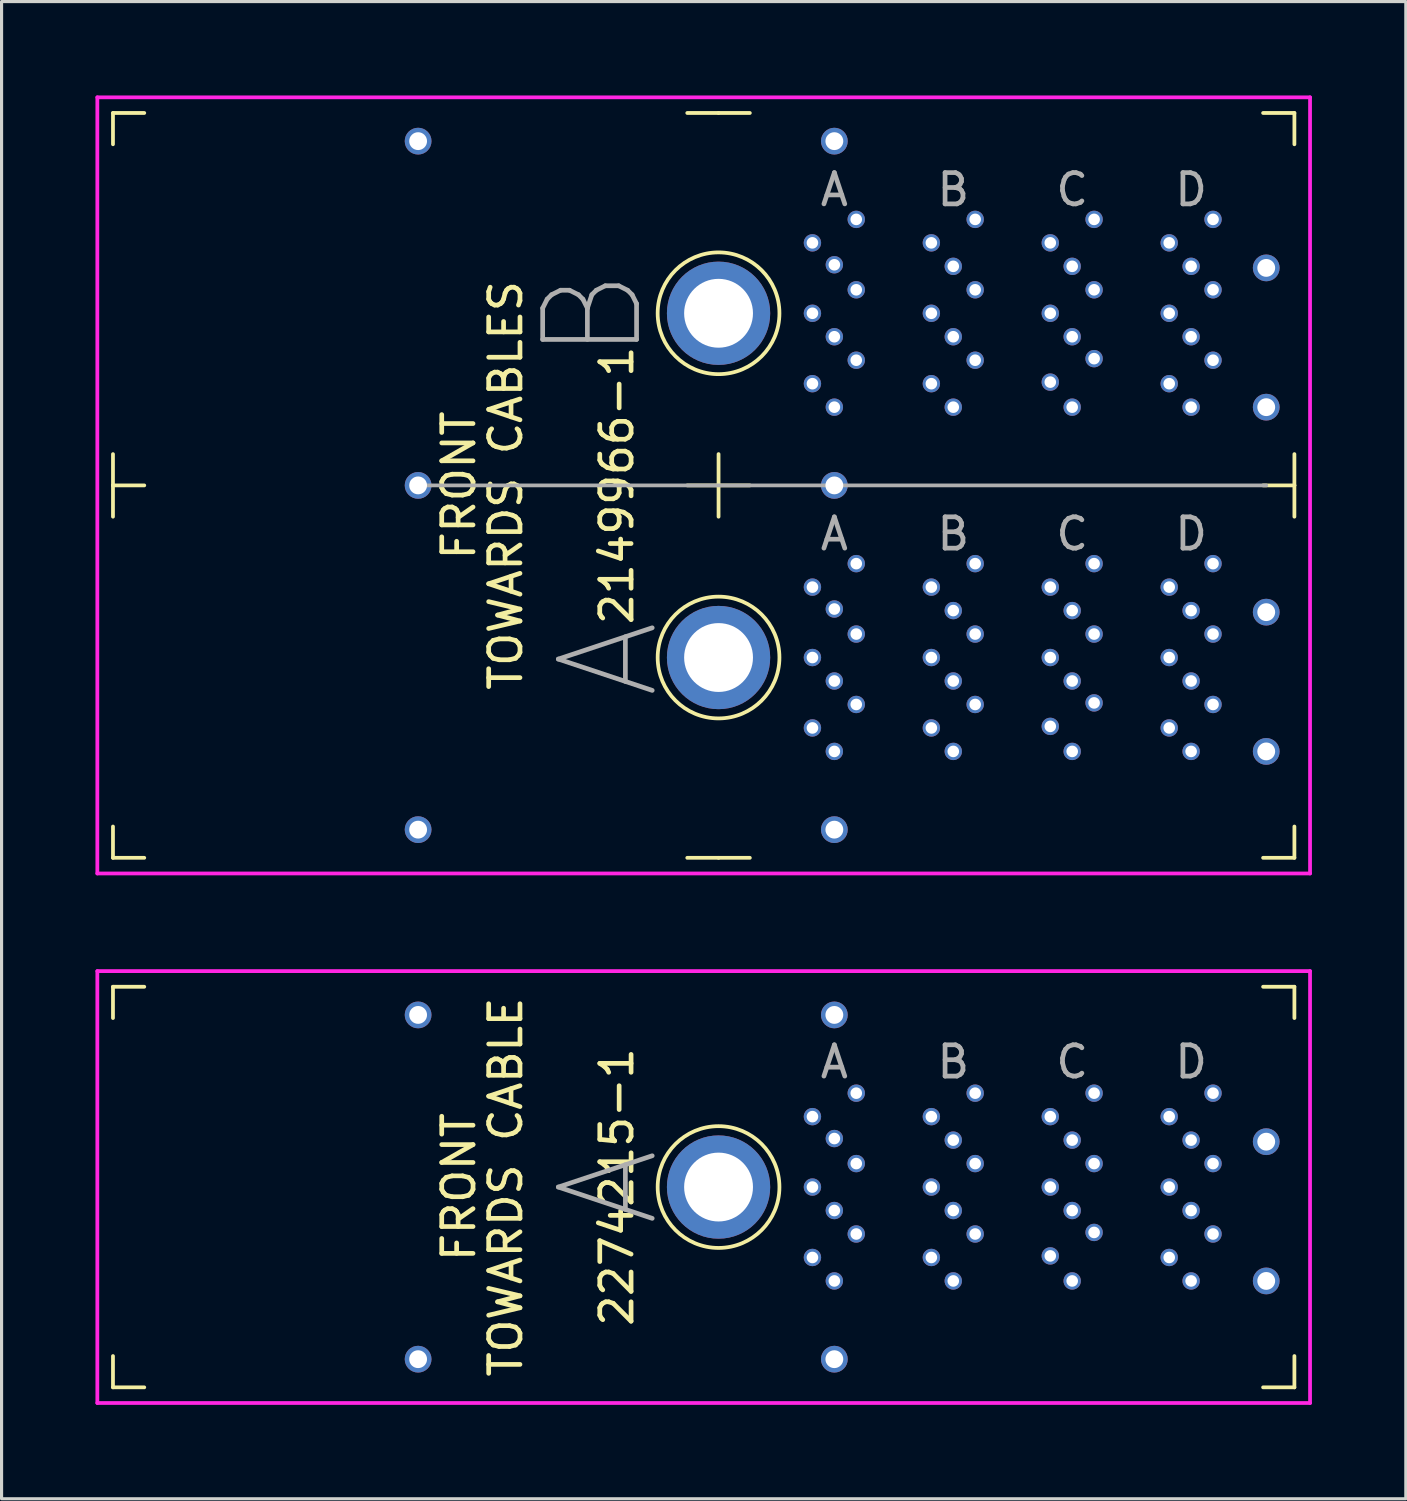
<source format=kicad_pcb>
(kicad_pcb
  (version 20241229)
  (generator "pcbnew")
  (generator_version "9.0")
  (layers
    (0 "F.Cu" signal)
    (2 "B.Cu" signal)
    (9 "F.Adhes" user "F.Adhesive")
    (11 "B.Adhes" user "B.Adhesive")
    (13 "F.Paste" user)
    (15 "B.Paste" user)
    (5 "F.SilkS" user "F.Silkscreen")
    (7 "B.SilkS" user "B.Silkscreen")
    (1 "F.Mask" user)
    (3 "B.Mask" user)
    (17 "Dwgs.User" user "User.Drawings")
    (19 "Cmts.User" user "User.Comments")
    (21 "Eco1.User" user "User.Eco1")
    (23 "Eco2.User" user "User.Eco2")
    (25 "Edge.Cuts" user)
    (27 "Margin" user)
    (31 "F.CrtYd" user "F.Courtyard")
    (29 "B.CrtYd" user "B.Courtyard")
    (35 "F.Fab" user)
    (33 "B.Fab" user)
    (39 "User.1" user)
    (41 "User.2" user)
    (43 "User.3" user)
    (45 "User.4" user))
  (footprint "2149966-1"
    (layer "F.Cu")
    (at 19.91 12.46)
    (property "Reference" "2149966-1" (at -3.25 0 90) (layer "F.SilkS") (effects (font (size 1 1) (thickness 0.15))))
    (attr through_hole)
    (fp_line (start -19.35 -11.9) (end -19.35 -10.9) (stroke (width 0.12) (type solid)) (layer "F.SilkS"))
    (fp_line (start -19.35 -11.9) (end -18.35 -11.9) (stroke (width 0.12) (type solid)) (layer "F.SilkS"))
    (fp_line (start -19.35 0) (end -19.35 -1) (stroke (width 0.12) (type solid)) (layer "F.SilkS"))
    (fp_line (start -19.35 0) (end -19.35 1) (stroke (width 0.12) (type solid)) (layer "F.SilkS"))
    (fp_line (start -19.35 0) (end -18.35 0) (stroke (width 0.12) (type solid)) (layer "F.SilkS"))
    (fp_line (start -19.35 11.9) (end -19.35 10.9) (stroke (width 0.12) (type solid)) (layer "F.SilkS"))
    (fp_line (start -19.35 11.9) (end -18.35 11.9) (stroke (width 0.12) (type solid)) (layer "F.SilkS"))
    (fp_line (start 0 -11.9) (end -1 -11.9) (stroke (width 0.12) (type solid)) (layer "F.SilkS"))
    (fp_line (start 0 -11.9) (end 1 -11.9) (stroke (width 0.12) (type solid)) (layer "F.SilkS"))
    (fp_line (start 0 0) (end -1 0) (stroke (width 0.12) (type solid)) (layer "F.SilkS"))
    (fp_line (start 0 0) (end 0 -1) (stroke (width 0.12) (type solid)) (layer "F.SilkS"))
    (fp_line (start 0 0) (end 0 1) (stroke (width 0.12) (type solid)) (layer "F.SilkS"))
    (fp_line (start 0 0) (end 1 0) (stroke (width 0.12) (type solid)) (layer "F.SilkS"))
    (fp_line (start 0 11.9) (end -1 11.9) (stroke (width 0.12) (type solid)) (layer "F.SilkS"))
    (fp_line (start 0 11.9) (end 1 11.9) (stroke (width 0.12) (type solid)) (layer "F.SilkS"))
    (fp_line (start 18.4 -11.9) (end 17.4 -11.9) (stroke (width 0.12) (type solid)) (layer "F.SilkS"))
    (fp_line (start 18.4 -11.9) (end 18.4 -10.9) (stroke (width 0.12) (type solid)) (layer "F.SilkS"))
    (fp_line (start 18.4 0) (end 17.4 0) (stroke (width 0.12) (type solid)) (layer "F.SilkS"))
    (fp_line (start 18.4 0) (end 18.4 -1) (stroke (width 0.12) (type solid)) (layer "F.SilkS"))
    (fp_line (start 18.4 0) (end 18.4 1) (stroke (width 0.12) (type solid)) (layer "F.SilkS"))
    (fp_line (start 18.4 11.9) (end 17.4 11.9) (stroke (width 0.12) (type solid)) (layer "F.SilkS"))
    (fp_line (start 18.4 11.9) (end 18.4 10.9) (stroke (width 0.12) (type solid)) (layer "F.SilkS"))
    (fp_circle (center 0 -5.5) (end 1.75 -6.35) (stroke (width 0.12) (type solid)) (fill no) (layer "F.SilkS"))
    (fp_circle (center 0 5.5) (end 1.75 4.65) (stroke (width 0.12) (type solid)) (fill no) (layer "F.SilkS"))
    (fp_line (start -19.85 -12.4) (end -19.85 12.4) (stroke (width 0.12) (type solid)) (layer "F.CrtYd"))
    (fp_line (start -19.85 12.4) (end 18.9 12.4) (stroke (width 0.12) (type solid)) (layer "F.CrtYd"))
    (fp_line (start 18.9 -12.4) (end -19.85 -12.4) (stroke (width 0.12) (type solid)) (layer "F.CrtYd"))
    (fp_line (start 18.9 12.4) (end 18.9 -12.4) (stroke (width 0.12) (type solid)) (layer "F.CrtYd"))
    (fp_line (start 17.5 0) (end -9.6 0) (stroke (width 0.12) (type solid)) (layer "F.Fab"))
    (fp_text user "TOWARDS CABLES" (at -6.8 0 90) (layer "F.SilkS") (effects (font (size 1 1) (thickness 0.15))))
    (fp_text user "FRONT" (at -8.3 0 90) (layer "F.SilkS") (effects (font (size 1 1) (thickness 0.15))))
    (fp_text user "A" (at 3.7 1.55 0) (layer "F.Fab") (effects (font (size 1 1) (thickness 0.15))))
    (fp_text user "B" (at 7.5 1.55 0) (layer "F.Fab") (effects (font (size 1 1) (thickness 0.15))))
    (fp_text user "B" (at -4 -5.45 90) (layer "F.Fab") (effects (font (size 3 3) (thickness 0.15))))
    (fp_text user "B" (at 7.5 -9.45 0) (layer "F.Fab") (effects (font (size 1 1) (thickness 0.15))))
    (fp_text user "D" (at 15.1 -9.45 0) (layer "F.Fab") (effects (font (size 1 1) (thickness 0.15))))
    (fp_text user "C" (at 11.3 1.55 0) (layer "F.Fab") (effects (font (size 1 1) (thickness 0.15))))
    (fp_text user "C" (at 11.3 -9.45 0) (layer "F.Fab") (effects (font (size 1 1) (thickness 0.15))))
    (fp_text user "A" (at 3.7 -9.45 0) (layer "F.Fab") (effects (font (size 1 1) (thickness 0.15))))
    (fp_text user "A" (at -3.5 5.55 90) (layer "F.Fab") (effects (font (size 3 3) (thickness 0.15))))
    (fp_text user "D" (at 15.1 1.55 0) (layer "F.Fab") (effects (font (size 1 1) (thickness 0.15))))
    (pad "A1-A" thru_hole circle (at 4.4 2.5) (size 0.555 0.555) (drill 0.37) (layers "*.Cu" "*.Mask"))
    (pad "A1-B" thru_hole circle (at 4.4 -8.5) (size 0.555 0.555) (drill 0.37) (layers "*.Cu" "*.Mask"))
    (pad "A2-A" thru_hole circle (at 3 3.25) (size 0.555 0.555) (drill 0.37) (layers "*.Cu" "*.Mask"))
    (pad "A2-B" thru_hole circle (at 3 -7.75) (size 0.555 0.555) (drill 0.37) (layers "*.Cu" "*.Mask"))
    (pad "A3-A" thru_hole circle (at 3.7 3.95) (size 0.555 0.555) (drill 0.37) (layers "*.Cu" "*.Mask"))
    (pad "A3-B" thru_hole circle (at 3.7 -7.05) (size 0.555 0.555) (drill 0.37) (layers "*.Cu" "*.Mask"))
    (pad "A4-A" thru_hole circle (at 4.4 4.75) (size 0.555 0.555) (drill 0.37) (layers "*.Cu" "*.Mask"))
    (pad "A4-B" thru_hole circle (at 4.4 -6.25) (size 0.555 0.555) (drill 0.37) (layers "*.Cu" "*.Mask"))
    (pad "A5-A" thru_hole circle (at 3 5.5) (size 0.555 0.555) (drill 0.37) (layers "*.Cu" "*.Mask"))
    (pad "A5-B" thru_hole circle (at 3 -5.5) (size 0.555 0.555) (drill 0.37) (layers "*.Cu" "*.Mask"))
    (pad "A6-A" thru_hole circle (at 3.7 6.25) (size 0.555 0.555) (drill 0.37) (layers "*.Cu" "*.Mask"))
    (pad "A6-B" thru_hole circle (at 3.7 -4.75) (size 0.555 0.555) (drill 0.37) (layers "*.Cu" "*.Mask"))
    (pad "A7-A" thru_hole circle (at 4.4 7) (size 0.555 0.555) (drill 0.37) (layers "*.Cu" "*.Mask"))
    (pad "A7-B" thru_hole circle (at 4.4 -4) (size 0.555 0.555) (drill 0.37) (layers "*.Cu" "*.Mask"))
    (pad "A8-A" thru_hole circle (at 3 7.75) (size 0.555 0.555) (drill 0.37) (layers "*.Cu" "*.Mask"))
    (pad "A8-B" thru_hole circle (at 3 -3.25) (size 0.555 0.555) (drill 0.37) (layers "*.Cu" "*.Mask"))
    (pad "A9-A" thru_hole circle (at 3.7 8.5) (size 0.555 0.555) (drill 0.37) (layers "*.Cu" "*.Mask"))
    (pad "A9-B" thru_hole circle (at 3.7 -2.5) (size 0.555 0.555) (drill 0.37) (layers "*.Cu" "*.Mask"))
    (pad "B1-A" thru_hole circle (at 8.2 2.5) (size 0.555 0.555) (drill 0.37) (layers "*.Cu" "*.Mask"))
    (pad "B1-B" thru_hole circle (at 8.2 -8.5) (size 0.555 0.555) (drill 0.37) (layers "*.Cu" "*.Mask"))
    (pad "B2-A" thru_hole circle (at 6.8 3.25) (size 0.555 0.555) (drill 0.37) (layers "*.Cu" "*.Mask"))
    (pad "B2-B" thru_hole circle (at 6.8 -7.75) (size 0.555 0.555) (drill 0.37) (layers "*.Cu" "*.Mask"))
    (pad "B3-A" thru_hole circle (at 7.5 4) (size 0.555 0.555) (drill 0.37) (layers "*.Cu" "*.Mask"))
    (pad "B3-B" thru_hole circle (at 7.5 -7) (size 0.555 0.555) (drill 0.37) (layers "*.Cu" "*.Mask"))
    (pad "B4-A" thru_hole circle (at 8.2 4.75) (size 0.555 0.555) (drill 0.37) (layers "*.Cu" "*.Mask"))
    (pad "B4-B" thru_hole circle (at 8.2 -6.25) (size 0.555 0.555) (drill 0.37) (layers "*.Cu" "*.Mask"))
    (pad "B5-A" thru_hole circle (at 6.8 5.5) (size 0.555 0.555) (drill 0.37) (layers "*.Cu" "*.Mask"))
    (pad "B5-B" thru_hole circle (at 6.8 -5.5) (size 0.555 0.555) (drill 0.37) (layers "*.Cu" "*.Mask"))
    (pad "B6-A" thru_hole circle (at 7.5 6.25) (size 0.555 0.555) (drill 0.37) (layers "*.Cu" "*.Mask"))
    (pad "B6-B" thru_hole circle (at 7.5 -4.75) (size 0.555 0.555) (drill 0.37) (layers "*.Cu" "*.Mask"))
    (pad "B7-A" thru_hole circle (at 8.2 7) (size 0.555 0.555) (drill 0.37) (layers "*.Cu" "*.Mask"))
    (pad "B7-B" thru_hole circle (at 8.2 -4) (size 0.555 0.555) (drill 0.37) (layers "*.Cu" "*.Mask"))
    (pad "B8-A" thru_hole circle (at 6.8 7.75) (size 0.555 0.555) (drill 0.37) (layers "*.Cu" "*.Mask"))
    (pad "B8-B" thru_hole circle (at 6.8 -3.25) (size 0.555 0.555) (drill 0.37) (layers "*.Cu" "*.Mask"))
    (pad "B9-A" thru_hole circle (at 7.5 8.5) (size 0.555 0.555) (drill 0.37) (layers "*.Cu" "*.Mask"))
    (pad "B9-B" thru_hole circle (at 7.5 -2.5) (size 0.555 0.555) (drill 0.37) (layers "*.Cu" "*.Mask"))
    (pad "C1-A" thru_hole circle (at 12 2.5) (size 0.555 0.555) (drill 0.37) (layers "*.Cu" "*.Mask"))
    (pad "C1-B" thru_hole circle (at 12 -8.5) (size 0.555 0.555) (drill 0.37) (layers "*.Cu" "*.Mask"))
    (pad "C2-A" thru_hole circle (at 10.6 3.25) (size 0.555 0.555) (drill 0.37) (layers "*.Cu" "*.Mask"))
    (pad "C2-B" thru_hole circle (at 10.6 -7.75) (size 0.555 0.555) (drill 0.37) (layers "*.Cu" "*.Mask"))
    (pad "C3-A" thru_hole circle (at 11.3 4) (size 0.555 0.555) (drill 0.37) (layers "*.Cu" "*.Mask"))
    (pad "C3-B" thru_hole circle (at 11.3 -7) (size 0.555 0.555) (drill 0.37) (layers "*.Cu" "*.Mask"))
    (pad "C4-A" thru_hole circle (at 12 4.75) (size 0.555 0.555) (drill 0.37) (layers "*.Cu" "*.Mask"))
    (pad "C4-B" thru_hole circle (at 12 -6.25) (size 0.555 0.555) (drill 0.37) (layers "*.Cu" "*.Mask"))
    (pad "C5-A" thru_hole circle (at 10.6 5.5) (size 0.555 0.555) (drill 0.37) (layers "*.Cu" "*.Mask"))
    (pad "C5-B" thru_hole circle (at 10.6 -5.5) (size 0.555 0.555) (drill 0.37) (layers "*.Cu" "*.Mask"))
    (pad "C6-A" thru_hole circle (at 11.3 6.25) (size 0.555 0.555) (drill 0.37) (layers "*.Cu" "*.Mask"))
    (pad "C6-B" thru_hole circle (at 11.3 -4.75) (size 0.555 0.555) (drill 0.37) (layers "*.Cu" "*.Mask"))
    (pad "C7-A" thru_hole circle (at 12 6.95) (size 0.555 0.555) (drill 0.37) (layers "*.Cu" "*.Mask"))
    (pad "C7-B" thru_hole circle (at 12 -4.05) (size 0.555 0.555) (drill 0.37) (layers "*.Cu" "*.Mask"))
    (pad "C8-A" thru_hole circle (at 10.6 7.7) (size 0.555 0.555) (drill 0.37) (layers "*.Cu" "*.Mask"))
    (pad "C8-B" thru_hole circle (at 10.6 -3.3) (size 0.555 0.555) (drill 0.37) (layers "*.Cu" "*.Mask"))
    (pad "C9-A" thru_hole circle (at 11.3 8.5) (size 0.555 0.555) (drill 0.37) (layers "*.Cu" "*.Mask"))
    (pad "C9-B" thru_hole circle (at 11.3 -2.5) (size 0.555 0.555) (drill 0.37) (layers "*.Cu" "*.Mask"))
    (pad "D1-A" thru_hole circle (at 15.8 2.5) (size 0.555 0.555) (drill 0.37) (layers "*.Cu" "*.Mask"))
    (pad "D1-B" thru_hole circle (at 15.8 -8.5) (size 0.555 0.555) (drill 0.37) (layers "*.Cu" "*.Mask"))
    (pad "D2-A" thru_hole circle (at 14.4 3.25) (size 0.555 0.555) (drill 0.37) (layers "*.Cu" "*.Mask"))
    (pad "D2-B" thru_hole circle (at 14.4 -7.75) (size 0.555 0.555) (drill 0.37) (layers "*.Cu" "*.Mask"))
    (pad "D3-A" thru_hole circle (at 15.1 4) (size 0.555 0.555) (drill 0.37) (layers "*.Cu" "*.Mask"))
    (pad "D3-B" thru_hole circle (at 15.1 -7) (size 0.555 0.555) (drill 0.37) (layers "*.Cu" "*.Mask"))
    (pad "D4-A" thru_hole circle (at 15.8 4.75) (size 0.555 0.555) (drill 0.37) (layers "*.Cu" "*.Mask"))
    (pad "D4-B" thru_hole circle (at 15.8 -6.25) (size 0.555 0.555) (drill 0.37) (layers "*.Cu" "*.Mask"))
    (pad "D5-A" thru_hole circle (at 14.4 5.5) (size 0.555 0.555) (drill 0.37) (layers "*.Cu" "*.Mask"))
    (pad "D5-B" thru_hole circle (at 14.4 -5.5) (size 0.555 0.555) (drill 0.37) (layers "*.Cu" "*.Mask"))
    (pad "D6-A" thru_hole circle (at 15.1 6.25) (size 0.555 0.555) (drill 0.37) (layers "*.Cu" "*.Mask"))
    (pad "D6-B" thru_hole circle (at 15.1 -4.75) (size 0.555 0.555) (drill 0.37) (layers "*.Cu" "*.Mask"))
    (pad "D7-A" thru_hole circle (at 15.8 7) (size 0.555 0.555) (drill 0.37) (layers "*.Cu" "*.Mask"))
    (pad "D7-B" thru_hole circle (at 15.8 -4) (size 0.555 0.555) (drill 0.37) (layers "*.Cu" "*.Mask"))
    (pad "D8-A" thru_hole circle (at 14.4 7.75) (size 0.555 0.555) (drill 0.37) (layers "*.Cu" "*.Mask"))
    (pad "D8-B" thru_hole circle (at 14.4 -3.25) (size 0.555 0.555) (drill 0.37) (layers "*.Cu" "*.Mask"))
    (pad "D9-A" thru_hole circle (at 15.1 8.5) (size 0.555 0.555) (drill 0.37) (layers "*.Cu" "*.Mask"))
    (pad "D9-B" thru_hole circle (at 15.1 -2.5) (size 0.555 0.555) (drill 0.37) (layers "*.Cu" "*.Mask"))
    (pad "SHIELD" thru_hole circle (at -9.6 -11) (size 0.855 0.855) (drill 0.57) (layers "*.Cu" "*.Mask"))
    (pad "SHIELD" thru_hole circle (at -9.6 0) (size 0.855 0.855) (drill 0.57) (layers "*.Cu" "*.Mask"))
    (pad "SHIELD" thru_hole circle (at -9.6 11) (size 0.855 0.855) (drill 0.57) (layers "*.Cu" "*.Mask"))
    (pad "SHIELD" thru_hole circle (at 0 -5.5) (size 3.3 3.3) (drill 2.2) (layers "*.Cu" "*.Mask"))
    (pad "SHIELD" thru_hole circle (at 0 5.5) (size 3.3 3.3) (drill 2.2) (layers "*.Cu" "*.Mask"))
    (pad "SHIELD" thru_hole circle (at 3.7 -11) (size 0.855 0.855) (drill 0.57) (layers "*.Cu" "*.Mask"))
    (pad "SHIELD" thru_hole circle (at 3.7 0) (size 0.855 0.855) (drill 0.57) (layers "*.Cu" "*.Mask"))
    (pad "SHIELD" thru_hole circle (at 3.7 11) (size 0.855 0.855) (drill 0.57) (layers "*.Cu" "*.Mask"))
    (pad "SHIELD" thru_hole circle (at 17.5 -6.95) (size 0.855 0.855) (drill 0.57) (layers "*.Cu" "*.Mask"))
    (pad "SHIELD" thru_hole circle (at 17.5 -2.5) (size 0.855 0.855) (drill 0.57) (layers "*.Cu" "*.Mask"))
    (pad "SHIELD" thru_hole circle (at 17.5 4.05) (size 0.855 0.855) (drill 0.57) (layers "*.Cu" "*.Mask"))
    (pad "SHIELD" thru_hole circle (at 17.5 8.5) (size 0.855 0.855) (drill 0.57) (layers "*.Cu" "*.Mask")))
  (footprint "2274215-1"
    (layer "F.Cu")
    (at 19.91 34.88)
    (property "Reference" "2274215-1" (at -3.25 0 90) (layer "F.SilkS") (effects (font (size 1 1) (thickness 0.15))))
    (attr through_hole)
    (fp_line (start -19.35 -6.4) (end -19.35 -5.4) (stroke (width 0.12) (type solid)) (layer "F.SilkS"))
    (fp_line (start -19.35 -6.4) (end -18.35 -6.4) (stroke (width 0.12) (type solid)) (layer "F.SilkS"))
    (fp_line (start -19.35 6.4) (end -19.35 5.4) (stroke (width 0.12) (type solid)) (layer "F.SilkS"))
    (fp_line (start -19.35 6.4) (end -18.35 6.4) (stroke (width 0.12) (type solid)) (layer "F.SilkS"))
    (fp_line (start 18.4 -6.4) (end 17.4 -6.4) (stroke (width 0.12) (type solid)) (layer "F.SilkS"))
    (fp_line (start 18.4 -6.4) (end 18.4 -5.4) (stroke (width 0.12) (type solid)) (layer "F.SilkS"))
    (fp_line (start 18.4 6.4) (end 17.4 6.4) (stroke (width 0.12) (type solid)) (layer "F.SilkS"))
    (fp_line (start 18.4 6.4) (end 18.4 5.4) (stroke (width 0.12) (type solid)) (layer "F.SilkS"))
    (fp_circle (center 0 0) (end 1.75 -0.85) (stroke (width 0.12) (type solid)) (fill no) (layer "F.SilkS"))
    (fp_line (start -19.85 -6.9) (end -19.85 6.9) (stroke (width 0.12) (type solid)) (layer "F.CrtYd"))
    (fp_line (start -19.85 6.9) (end 18.9 6.9) (stroke (width 0.12) (type solid)) (layer "F.CrtYd"))
    (fp_line (start 18.9 -6.9) (end -19.85 -6.9) (stroke (width 0.12) (type solid)) (layer "F.CrtYd"))
    (fp_line (start 18.9 6.9) (end 18.9 -6.9) (stroke (width 0.12) (type solid)) (layer "F.CrtYd"))
    (fp_text user "FRONT" (at -8.3 0 90) (layer "F.SilkS") (effects (font (size 1 1) (thickness 0.15))))
    (fp_text user "TOWARDS CABLE" (at -6.8 0 90) (layer "F.SilkS") (effects (font (size 1 1) (thickness 0.15))))
    (fp_text user "C" (at 11.3 -4 0) (layer "F.Fab") (effects (font (size 1 1) (thickness 0.15))))
    (fp_text user "D" (at 15.1 -4 0) (layer "F.Fab") (effects (font (size 1 1) (thickness 0.15))))
    (fp_text user "A" (at -3.5 0 90) (layer "F.Fab") (effects (font (size 3 3) (thickness 0.15))))
    (fp_text user "B" (at 7.5 -4 0) (layer "F.Fab") (effects (font (size 1 1) (thickness 0.15))))
    (fp_text user "A" (at 3.7 -4 0) (layer "F.Fab") (effects (font (size 1 1) (thickness 0.15))))
    (pad "A1" thru_hole circle (at 4.4 -3) (size 0.555 0.555) (drill 0.37) (layers "*.Cu" "*.Mask"))
    (pad "A2" thru_hole circle (at 3 -2.25) (size 0.555 0.555) (drill 0.37) (layers "*.Cu" "*.Mask"))
    (pad "A3" thru_hole circle (at 3.7 -1.55) (size 0.555 0.555) (drill 0.37) (layers "*.Cu" "*.Mask"))
    (pad "A4" thru_hole circle (at 4.4 -0.75) (size 0.555 0.555) (drill 0.37) (layers "*.Cu" "*.Mask"))
    (pad "A5" thru_hole circle (at 3 0) (size 0.555 0.555) (drill 0.37) (layers "*.Cu" "*.Mask"))
    (pad "A6" thru_hole circle (at 3.7 0.75) (size 0.555 0.555) (drill 0.37) (layers "*.Cu" "*.Mask"))
    (pad "A7" thru_hole circle (at 4.4 1.5) (size 0.555 0.555) (drill 0.37) (layers "*.Cu" "*.Mask"))
    (pad "A8" thru_hole circle (at 3 2.25) (size 0.555 0.555) (drill 0.37) (layers "*.Cu" "*.Mask"))
    (pad "A9" thru_hole circle (at 3.7 3) (size 0.555 0.555) (drill 0.37) (layers "*.Cu" "*.Mask"))
    (pad "B1" thru_hole circle (at 8.2 -3) (size 0.555 0.555) (drill 0.37) (layers "*.Cu" "*.Mask"))
    (pad "B2" thru_hole circle (at 6.8 -2.25) (size 0.555 0.555) (drill 0.37) (layers "*.Cu" "*.Mask"))
    (pad "B3" thru_hole circle (at 7.5 -1.5) (size 0.555 0.555) (drill 0.37) (layers "*.Cu" "*.Mask"))
    (pad "B4" thru_hole circle (at 8.2 -0.75) (size 0.555 0.555) (drill 0.37) (layers "*.Cu" "*.Mask"))
    (pad "B5" thru_hole circle (at 6.8 0) (size 0.555 0.555) (drill 0.37) (layers "*.Cu" "*.Mask"))
    (pad "B6" thru_hole circle (at 7.5 0.75) (size 0.555 0.555) (drill 0.37) (layers "*.Cu" "*.Mask"))
    (pad "B7" thru_hole circle (at 8.2 1.5) (size 0.555 0.555) (drill 0.37) (layers "*.Cu" "*.Mask"))
    (pad "B8" thru_hole circle (at 6.8 2.25) (size 0.555 0.555) (drill 0.37) (layers "*.Cu" "*.Mask"))
    (pad "B9" thru_hole circle (at 7.5 3) (size 0.555 0.555) (drill 0.37) (layers "*.Cu" "*.Mask"))
    (pad "C1" thru_hole circle (at 12 -3) (size 0.555 0.555) (drill 0.37) (layers "*.Cu" "*.Mask"))
    (pad "C2" thru_hole circle (at 10.6 -2.25) (size 0.555 0.555) (drill 0.37) (layers "*.Cu" "*.Mask"))
    (pad "C3" thru_hole circle (at 11.3 -1.5) (size 0.555 0.555) (drill 0.37) (layers "*.Cu" "*.Mask"))
    (pad "C4" thru_hole circle (at 12 -0.75) (size 0.555 0.555) (drill 0.37) (layers "*.Cu" "*.Mask"))
    (pad "C5" thru_hole circle (at 10.6 0) (size 0.555 0.555) (drill 0.37) (layers "*.Cu" "*.Mask"))
    (pad "C6" thru_hole circle (at 11.3 0.75) (size 0.555 0.555) (drill 0.37) (layers "*.Cu" "*.Mask"))
    (pad "C7" thru_hole circle (at 12 1.45) (size 0.555 0.555) (drill 0.37) (layers "*.Cu" "*.Mask"))
    (pad "C8" thru_hole circle (at 10.6 2.2) (size 0.555 0.555) (drill 0.37) (layers "*.Cu" "*.Mask"))
    (pad "C9" thru_hole circle (at 11.3 3) (size 0.555 0.555) (drill 0.37) (layers "*.Cu" "*.Mask"))
    (pad "D1" thru_hole circle (at 15.8 -3) (size 0.555 0.555) (drill 0.37) (layers "*.Cu" "*.Mask"))
    (pad "D2" thru_hole circle (at 14.4 -2.25) (size 0.555 0.555) (drill 0.37) (layers "*.Cu" "*.Mask"))
    (pad "D3" thru_hole circle (at 15.1 -1.5) (size 0.555 0.555) (drill 0.37) (layers "*.Cu" "*.Mask"))
    (pad "D4" thru_hole circle (at 15.8 -0.75) (size 0.555 0.555) (drill 0.37) (layers "*.Cu" "*.Mask"))
    (pad "D5" thru_hole circle (at 14.4 0) (size 0.555 0.555) (drill 0.37) (layers "*.Cu" "*.Mask"))
    (pad "D6" thru_hole circle (at 15.1 0.75) (size 0.555 0.555) (drill 0.37) (layers "*.Cu" "*.Mask"))
    (pad "D7" thru_hole circle (at 15.8 1.5) (size 0.555 0.555) (drill 0.37) (layers "*.Cu" "*.Mask"))
    (pad "D8" thru_hole circle (at 14.4 2.25) (size 0.555 0.555) (drill 0.37) (layers "*.Cu" "*.Mask"))
    (pad "D9" thru_hole circle (at 15.1 3) (size 0.555 0.555) (drill 0.37) (layers "*.Cu" "*.Mask"))
    (pad "SHIELD" thru_hole circle (at -9.6 -5.5) (size 0.855 0.855) (drill 0.57) (layers "*.Cu" "*.Mask"))
    (pad "SHIELD" thru_hole circle (at -9.6 5.5) (size 0.855 0.855) (drill 0.57) (layers "*.Cu" "*.Mask"))
    (pad "SHIELD" thru_hole circle (at 0 0) (size 3.3 3.3) (drill 2.2) (layers "*.Cu" "*.Mask"))
    (pad "SHIELD" thru_hole circle (at 3.7 -5.5) (size 0.855 0.855) (drill 0.57) (layers "*.Cu" "*.Mask"))
    (pad "SHIELD" thru_hole circle (at 3.7 5.5) (size 0.855 0.855) (drill 0.57) (layers "*.Cu" "*.Mask"))
    (pad "SHIELD" thru_hole circle (at 17.5 -1.45) (size 0.855 0.855) (drill 0.57) (layers "*.Cu" "*.Mask"))
    (pad "SHIELD" thru_hole circle (at 17.5 3) (size 0.855 0.855) (drill 0.57) (layers "*.Cu" "*.Mask")))
  (gr_rect
    (start -3 -3)
    (end 41.87 44.84)
    (stroke (width 0.1) (type default))
    (fill no)
    (layer "Edge.Cuts")))
</source>
